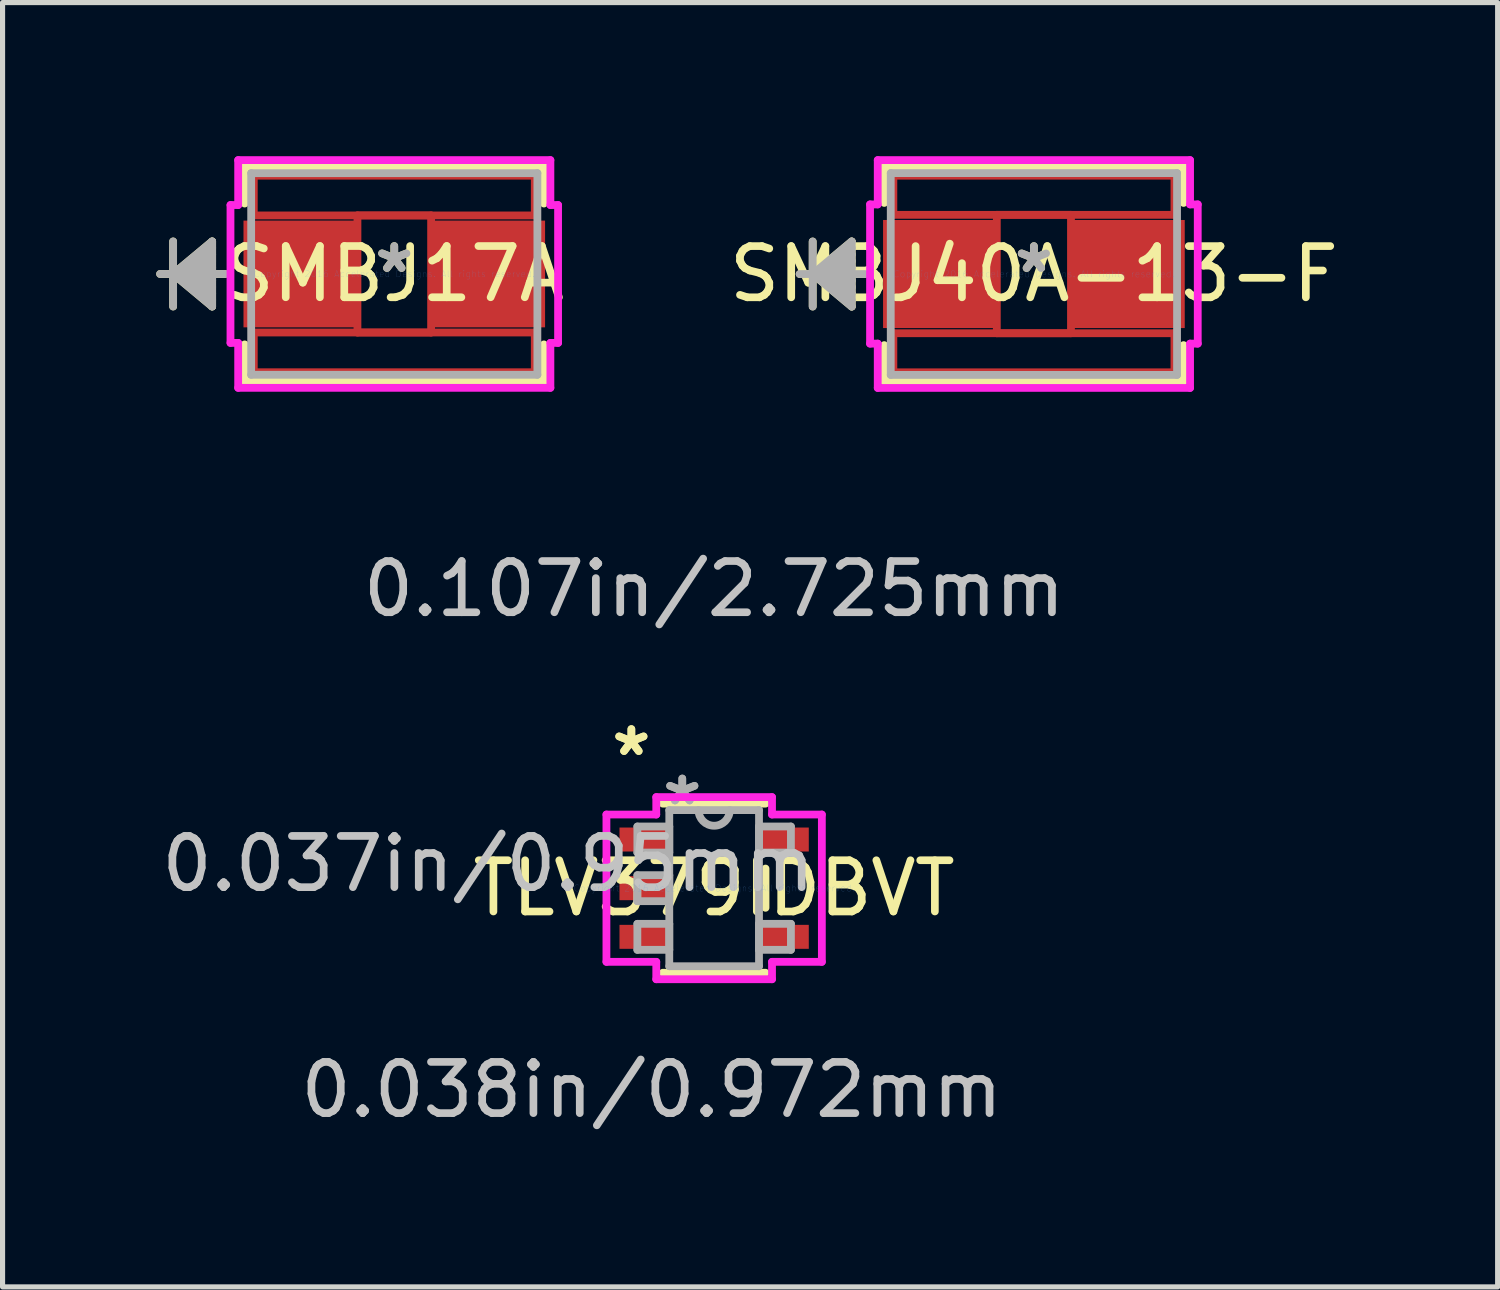
<source format=kicad_pcb>
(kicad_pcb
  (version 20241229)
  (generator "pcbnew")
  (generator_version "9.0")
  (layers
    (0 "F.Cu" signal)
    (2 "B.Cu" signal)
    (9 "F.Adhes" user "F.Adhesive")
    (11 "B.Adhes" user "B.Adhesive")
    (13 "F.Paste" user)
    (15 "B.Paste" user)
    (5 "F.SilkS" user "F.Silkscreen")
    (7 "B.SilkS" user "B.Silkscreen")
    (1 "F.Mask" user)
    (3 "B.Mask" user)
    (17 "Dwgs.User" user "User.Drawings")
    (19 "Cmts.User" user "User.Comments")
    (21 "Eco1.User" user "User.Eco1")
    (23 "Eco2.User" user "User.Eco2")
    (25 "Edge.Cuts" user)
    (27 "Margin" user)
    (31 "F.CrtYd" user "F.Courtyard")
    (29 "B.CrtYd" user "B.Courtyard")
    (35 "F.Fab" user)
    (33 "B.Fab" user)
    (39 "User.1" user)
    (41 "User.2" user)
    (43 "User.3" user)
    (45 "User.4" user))
  (footprint "TLV379IDBVT"
    (layer "F.Cu")
    (at 10.893 14.291)
    (property "Reference" "TLV379IDBVT" (at 0 0 0) (layer "F.SilkS") (effects (font (size 1 1) (thickness 0.15))))
    (attr through_hole)
    (fp_line (start -1.003 1.651) (end 1.003 1.651) (stroke (width 0.152) (type solid)) (layer "F.SilkS"))
    (fp_line (start 1.003 -1.651) (end -1.003 -1.651) (stroke (width 0.152) (type solid)) (layer "F.SilkS"))
    (fp_line (start 1.003 0.383) (end 1.003 -0.383) (stroke (width 0.152) (type solid)) (layer "F.SilkS"))
    (fp_line (start -2.103 -1.438) (end -1.13 -1.438) (stroke (width 0.152) (type solid)) (layer "F.CrtYd"))
    (fp_line (start -2.103 1.438) (end -2.103 -1.438) (stroke (width 0.152) (type solid)) (layer "F.CrtYd"))
    (fp_line (start -1.13 -1.778) (end 1.13 -1.778) (stroke (width 0.152) (type solid)) (layer "F.CrtYd"))
    (fp_line (start -1.13 -1.438) (end -1.13 -1.778) (stroke (width 0.152) (type solid)) (layer "F.CrtYd"))
    (fp_line (start -1.13 1.438) (end -2.103 1.438) (stroke (width 0.152) (type solid)) (layer "F.CrtYd"))
    (fp_line (start -1.13 1.778) (end -1.13 1.438) (stroke (width 0.152) (type solid)) (layer "F.CrtYd"))
    (fp_line (start 1.13 -1.778) (end 1.13 -1.438) (stroke (width 0.152) (type solid)) (layer "F.CrtYd"))
    (fp_line (start 1.13 -1.438) (end 2.103 -1.438) (stroke (width 0.152) (type solid)) (layer "F.CrtYd"))
    (fp_line (start 1.13 1.438) (end 1.13 1.778) (stroke (width 0.152) (type solid)) (layer "F.CrtYd"))
    (fp_line (start 1.13 1.778) (end -1.13 1.778) (stroke (width 0.152) (type solid)) (layer "F.CrtYd"))
    (fp_line (start 2.103 -1.438) (end 2.103 1.438) (stroke (width 0.152) (type solid)) (layer "F.CrtYd"))
    (fp_line (start 2.103 1.438) (end 1.13 1.438) (stroke (width 0.152) (type solid)) (layer "F.CrtYd"))
    (fp_line (start -1.499 -1.204) (end -1.499 -0.696) (stroke (width 0.152) (type solid)) (layer "F.Fab"))
    (fp_line (start -1.499 -0.696) (end -0.876 -0.696) (stroke (width 0.152) (type solid)) (layer "F.Fab"))
    (fp_line (start -1.499 -0.254) (end -1.499 0.254) (stroke (width 0.152) (type solid)) (layer "F.Fab"))
    (fp_line (start -1.499 0.254) (end -0.876 0.254) (stroke (width 0.152) (type solid)) (layer "F.Fab"))
    (fp_line (start -1.499 0.696) (end -1.499 1.204) (stroke (width 0.152) (type solid)) (layer "F.Fab"))
    (fp_line (start -1.499 1.204) (end -0.876 1.204) (stroke (width 0.152) (type solid)) (layer "F.Fab"))
    (fp_line (start -0.876 -1.524) (end -0.876 1.524) (stroke (width 0.152) (type solid)) (layer "F.Fab"))
    (fp_line (start -0.876 -1.204) (end -1.499 -1.204) (stroke (width 0.152) (type solid)) (layer "F.Fab"))
    (fp_line (start -0.876 -0.696) (end -0.876 -1.204) (stroke (width 0.152) (type solid)) (layer "F.Fab"))
    (fp_line (start -0.876 -0.254) (end -1.499 -0.254) (stroke (width 0.152) (type solid)) (layer "F.Fab"))
    (fp_line (start -0.876 0.254) (end -0.876 -0.254) (stroke (width 0.152) (type solid)) (layer "F.Fab"))
    (fp_line (start -0.876 0.696) (end -1.499 0.696) (stroke (width 0.152) (type solid)) (layer "F.Fab"))
    (fp_line (start -0.876 1.204) (end -0.876 0.696) (stroke (width 0.152) (type solid)) (layer "F.Fab"))
    (fp_line (start -0.876 1.524) (end 0.876 1.524) (stroke (width 0.152) (type solid)) (layer "F.Fab"))
    (fp_line (start 0.876 -1.524) (end -0.876 -1.524) (stroke (width 0.152) (type solid)) (layer "F.Fab"))
    (fp_line (start 0.876 -1.204) (end 0.876 -0.696) (stroke (width 0.152) (type solid)) (layer "F.Fab"))
    (fp_line (start 0.876 -0.696) (end 1.499 -0.696) (stroke (width 0.152) (type solid)) (layer "F.Fab"))
    (fp_line (start 0.876 0.696) (end 0.876 1.204) (stroke (width 0.152) (type solid)) (layer "F.Fab"))
    (fp_line (start 0.876 1.204) (end 1.499 1.204) (stroke (width 0.152) (type solid)) (layer "F.Fab"))
    (fp_line (start 0.876 1.524) (end 0.876 -1.524) (stroke (width 0.152) (type solid)) (layer "F.Fab"))
    (fp_line (start 1.499 -1.204) (end 0.876 -1.204) (stroke (width 0.152) (type solid)) (layer "F.Fab"))
    (fp_line (start 1.499 -0.696) (end 1.499 -1.204) (stroke (width 0.152) (type solid)) (layer "F.Fab"))
    (fp_line (start 1.499 0.696) (end 0.876 0.696) (stroke (width 0.152) (type solid)) (layer "F.Fab"))
    (fp_line (start 1.499 1.204) (end 1.499 0.696) (stroke (width 0.152) (type solid)) (layer "F.Fab"))
    (fp_arc (start 0.3048 -1.524) (mid 0 -1.2192) (end -0.3048 -1.524) (stroke (width 0.1524) (type solid)) (layer "F.Fab"))
    (fp_text user "*" (at -1.616 -2.561 0) (layer "F.SilkS") (effects (font (size 1 1) (thickness 0.15))))
    (fp_text user "*" (at -1.616 -2.561 0) (layer "F.SilkS") (effects (font (size 1 1) (thickness 0.15))))
    (fp_text user "0.037in/0.95mm" (at -4.41 -0.475 0) (layer "Dwgs.User") (effects (font (size 1 1) (thickness 0.15))))
    (fp_text user "0.107in/2.725mm" (at 0 -5.842 0) (layer "Dwgs.User") (effects (font (size 1 1) (thickness 0.15))))
    (fp_text user "0.038in/0.972mm" (at -1.219 3.937 0) (layer "Dwgs.User") (effects (font (size 1 1) (thickness 0.15))))
    (fp_text user "Copyright 2016 Accelerated Designs. All rights reserved." (at 0 0 0) (layer "Cmts.User") (effects (font (size 0.127 0.127) (thickness 0.002))))
    (fp_text user "*" (at -0.622 -1.596 0) (layer "F.Fab") (effects (font (size 1 1) (thickness 0.15))))
    (fp_text user "*" (at -0.622 -1.596 0) (layer "F.Fab") (effects (font (size 1 1) (thickness 0.15))))
    (pad "1" smd rect (at -1.362 -0.95) (size 0.972 0.468) (layers "F.Cu" "F.Mask" "F.Paste"))
    (pad "2" smd rect (at -1.362 0) (size 0.972 0.468) (layers "F.Cu" "F.Mask" "F.Paste"))
    (pad "3" smd rect (at -1.362 0.95) (size 0.972 0.468) (layers "F.Cu" "F.Mask" "F.Paste"))
    (pad "4" smd rect (at 1.362 0.95) (size 0.972 0.468) (layers "F.Cu" "F.Mask" "F.Paste"))
    (pad "5" smd rect (at 1.362 -0.95) (size 0.972 0.468) (layers "F.Cu" "F.Mask" "F.Paste")))
  (footprint "SMBJ40A-13-F"
    (layer "F.Cu")
    (at 17.136 2.3)
    (property "Reference" "SMBJ40A-13-F" (at 0 0 0) (layer "F.SilkS") (effects (font (size 1 1) (thickness 0.15))))
    (attr through_hole)
    (fp_line (start -2.744 -1.919) (end 2.744 -1.919) (stroke (width 0.152) (type solid)) (layer "F.Cu"))
    (fp_line (start -2.744 -1.156) (end -2.744 -1.919) (stroke (width 0.152) (type solid)) (layer "F.Cu"))
    (fp_line (start -2.744 1.156) (end 2.744 1.156) (stroke (width 0.152) (type solid)) (layer "F.Cu"))
    (fp_line (start -2.744 1.919) (end -2.744 1.156) (stroke (width 0.152) (type solid)) (layer "F.Cu"))
    (fp_line (start -0.724 -1.156) (end 0.724 -1.156) (stroke (width 0.152) (type solid)) (layer "F.Cu"))
    (fp_line (start -0.724 1.156) (end -0.724 -1.156) (stroke (width 0.152) (type solid)) (layer "F.Cu"))
    (fp_line (start 0.724 -1.156) (end 0.724 1.156) (stroke (width 0.152) (type solid)) (layer "F.Cu"))
    (fp_line (start 0.724 1.156) (end -0.724 1.156) (stroke (width 0.152) (type solid)) (layer "F.Cu"))
    (fp_line (start 2.744 -1.919) (end 2.744 -1.156) (stroke (width 0.152) (type solid)) (layer "F.Cu"))
    (fp_line (start 2.744 -1.156) (end -2.744 -1.156) (stroke (width 0.152) (type solid)) (layer "F.Cu"))
    (fp_line (start 2.744 1.156) (end 2.744 1.919) (stroke (width 0.152) (type solid)) (layer "F.Cu"))
    (fp_line (start 2.744 1.919) (end -2.744 1.919) (stroke (width 0.152) (type solid)) (layer "F.Cu"))
    (fp_line (start -4.319 -0.635) (end -4.319 0.635) (stroke (width 0.152) (type solid)) (layer "F.SilkS"))
    (fp_line (start -4.319 0) (end -3.557 -0.635) (stroke (width 0.152) (type solid)) (layer "F.SilkS"))
    (fp_line (start -4.319 0) (end -3.557 -0.508) (stroke (width 0.152) (type solid)) (layer "F.SilkS"))
    (fp_line (start -4.319 0) (end -3.557 -0.381) (stroke (width 0.152) (type solid)) (layer "F.SilkS"))
    (fp_line (start -4.319 0) (end -3.557 -0.254) (stroke (width 0.152) (type solid)) (layer "F.SilkS"))
    (fp_line (start -4.319 0) (end -3.557 -0.127) (stroke (width 0.152) (type solid)) (layer "F.SilkS"))
    (fp_line (start -4.319 0) (end -3.557 0.127) (stroke (width 0.152) (type solid)) (layer "F.SilkS"))
    (fp_line (start -4.319 0) (end -3.557 0.254) (stroke (width 0.152) (type solid)) (layer "F.SilkS"))
    (fp_line (start -4.319 0) (end -3.557 0.381) (stroke (width 0.152) (type solid)) (layer "F.SilkS"))
    (fp_line (start -4.319 0) (end -3.557 0.508) (stroke (width 0.152) (type solid)) (layer "F.SilkS"))
    (fp_line (start -4.319 0) (end -3.557 0.635) (stroke (width 0.152) (type solid)) (layer "F.SilkS"))
    (fp_line (start -3.557 -0.635) (end -3.557 0.635) (stroke (width 0.152) (type solid)) (layer "F.SilkS"))
    (fp_line (start -3.303 0) (end -4.573 0) (stroke (width 0.152) (type solid)) (layer "F.SilkS"))
    (fp_line (start -2.922 -2.097) (end -2.922 -1.388) (stroke (width 0.152) (type solid)) (layer "F.SilkS"))
    (fp_line (start -2.922 1.388) (end -2.922 2.097) (stroke (width 0.152) (type solid)) (layer "F.SilkS"))
    (fp_line (start -2.922 2.097) (end 2.922 2.097) (stroke (width 0.152) (type solid)) (layer "F.SilkS"))
    (fp_line (start 2.922 -2.097) (end -2.922 -2.097) (stroke (width 0.152) (type solid)) (layer "F.SilkS"))
    (fp_line (start 2.922 -1.388) (end 2.922 -2.097) (stroke (width 0.152) (type solid)) (layer "F.SilkS"))
    (fp_line (start 2.922 2.097) (end 2.922 1.388) (stroke (width 0.152) (type solid)) (layer "F.SilkS"))
    (fp_line (start -3.199 -1.359) (end -3.049 -1.359) (stroke (width 0.152) (type solid)) (layer "F.CrtYd"))
    (fp_line (start -3.199 1.359) (end -3.199 -1.359) (stroke (width 0.152) (type solid)) (layer "F.CrtYd"))
    (fp_line (start -3.049 -2.224) (end 3.049 -2.224) (stroke (width 0.152) (type solid)) (layer "F.CrtYd"))
    (fp_line (start -3.049 -1.359) (end -3.049 -2.224) (stroke (width 0.152) (type solid)) (layer "F.CrtYd"))
    (fp_line (start -3.049 1.359) (end -3.199 1.359) (stroke (width 0.152) (type solid)) (layer "F.CrtYd"))
    (fp_line (start -3.049 2.224) (end -3.049 1.359) (stroke (width 0.152) (type solid)) (layer "F.CrtYd"))
    (fp_line (start 3.049 -2.224) (end 3.049 -1.359) (stroke (width 0.152) (type solid)) (layer "F.CrtYd"))
    (fp_line (start 3.049 -1.359) (end 3.199 -1.359) (stroke (width 0.152) (type solid)) (layer "F.CrtYd"))
    (fp_line (start 3.049 1.359) (end 3.049 2.224) (stroke (width 0.152) (type solid)) (layer "F.CrtYd"))
    (fp_line (start 3.049 2.224) (end -3.049 2.224) (stroke (width 0.152) (type solid)) (layer "F.CrtYd"))
    (fp_line (start 3.199 -1.359) (end 3.199 1.359) (stroke (width 0.152) (type solid)) (layer "F.CrtYd"))
    (fp_line (start 3.199 1.359) (end 3.049 1.359) (stroke (width 0.152) (type solid)) (layer "F.CrtYd"))
    (fp_line (start -4.319 -0.635) (end -4.319 0.635) (stroke (width 0.152) (type solid)) (layer "F.Fab"))
    (fp_line (start -4.319 0) (end -3.557 -0.635) (stroke (width 0.152) (type solid)) (layer "F.Fab"))
    (fp_line (start -4.319 0) (end -3.557 -0.508) (stroke (width 0.152) (type solid)) (layer "F.Fab"))
    (fp_line (start -4.319 0) (end -3.557 -0.381) (stroke (width 0.152) (type solid)) (layer "F.Fab"))
    (fp_line (start -4.319 0) (end -3.557 -0.254) (stroke (width 0.152) (type solid)) (layer "F.Fab"))
    (fp_line (start -4.319 0) (end -3.557 -0.127) (stroke (width 0.152) (type solid)) (layer "F.Fab"))
    (fp_line (start -4.319 0) (end -3.557 0.127) (stroke (width 0.152) (type solid)) (layer "F.Fab"))
    (fp_line (start -4.319 0) (end -3.557 0.254) (stroke (width 0.152) (type solid)) (layer "F.Fab"))
    (fp_line (start -4.319 0) (end -3.557 0.381) (stroke (width 0.152) (type solid)) (layer "F.Fab"))
    (fp_line (start -4.319 0) (end -3.557 0.508) (stroke (width 0.152) (type solid)) (layer "F.Fab"))
    (fp_line (start -4.319 0) (end -3.557 0.635) (stroke (width 0.152) (type solid)) (layer "F.Fab"))
    (fp_line (start -3.557 -0.635) (end -3.557 0.635) (stroke (width 0.152) (type solid)) (layer "F.Fab"))
    (fp_line (start -3.303 0) (end -4.573 0) (stroke (width 0.152) (type solid)) (layer "F.Fab"))
    (fp_line (start -2.795 -1.97) (end -2.795 1.97) (stroke (width 0.152) (type solid)) (layer "F.Fab"))
    (fp_line (start -2.795 1.97) (end 2.795 1.97) (stroke (width 0.152) (type solid)) (layer "F.Fab"))
    (fp_line (start 2.795 -1.97) (end -2.795 -1.97) (stroke (width 0.152) (type solid)) (layer "F.Fab"))
    (fp_line (start 2.795 1.97) (end 2.795 -1.97) (stroke (width 0.152) (type solid)) (layer "F.Fab"))
    (fp_text user "*" (at 0 0 0) (layer "F.SilkS") (effects (font (size 1 1) (thickness 0.15))))
    (fp_text user "Copyright 2016 Accelerated Designs. All rights reserved." (at 0 0 0) (layer "Cmts.User") (effects (font (size 0.127 0.127) (thickness 0.002))))
    (fp_text user "*" (at 0 0 0) (layer "F.Fab") (effects (font (size 1 1) (thickness 0.15))))
    (pad "1" smd rect (at -1.86 0 90) (size 2.11 2.17) (layers "F.Cu" "F.Mask" "F.Paste"))
    (pad "2" smd rect (at 1.86 0 90) (size 2.11 2.17) (layers "F.Cu" "F.Mask" "F.Paste")))
  (footprint "SMBJ17A"
    (layer "F.Cu")
    (at 4.648 2.299)
    (property "Reference" "SMBJ17A" (at 0 0 0) (layer "F.SilkS") (effects (font (size 1 1) (thickness 0.15))))
    (attr through_hole)
    (fp_line (start -2.743 -1.918) (end 2.743 -1.918) (stroke (width 0.152) (type solid)) (layer "F.Cu"))
    (fp_line (start -2.743 -1.143) (end -2.743 -1.918) (stroke (width 0.152) (type solid)) (layer "F.Cu"))
    (fp_line (start -2.743 1.143) (end 2.743 1.143) (stroke (width 0.152) (type solid)) (layer "F.Cu"))
    (fp_line (start -2.743 1.918) (end -2.743 1.143) (stroke (width 0.152) (type solid)) (layer "F.Cu"))
    (fp_line (start -0.719 -1.143) (end 0.719 -1.143) (stroke (width 0.152) (type solid)) (layer "F.Cu"))
    (fp_line (start -0.719 1.143) (end -0.719 -1.143) (stroke (width 0.152) (type solid)) (layer "F.Cu"))
    (fp_line (start 0.719 -1.143) (end 0.719 1.143) (stroke (width 0.152) (type solid)) (layer "F.Cu"))
    (fp_line (start 0.719 1.143) (end -0.719 1.143) (stroke (width 0.152) (type solid)) (layer "F.Cu"))
    (fp_line (start 2.743 -1.918) (end 2.743 -1.143) (stroke (width 0.152) (type solid)) (layer "F.Cu"))
    (fp_line (start 2.743 -1.143) (end -2.743 -1.143) (stroke (width 0.152) (type solid)) (layer "F.Cu"))
    (fp_line (start 2.743 1.143) (end 2.743 1.918) (stroke (width 0.152) (type solid)) (layer "F.Cu"))
    (fp_line (start 2.743 1.918) (end -2.743 1.918) (stroke (width 0.152) (type solid)) (layer "F.Cu"))
    (fp_line (start -4.318 -0.635) (end -4.318 0.635) (stroke (width 0.152) (type solid)) (layer "F.SilkS"))
    (fp_line (start -4.318 0) (end -3.556 -0.635) (stroke (width 0.152) (type solid)) (layer "F.SilkS"))
    (fp_line (start -4.318 0) (end -3.556 -0.508) (stroke (width 0.152) (type solid)) (layer "F.SilkS"))
    (fp_line (start -4.318 0) (end -3.556 -0.381) (stroke (width 0.152) (type solid)) (layer "F.SilkS"))
    (fp_line (start -4.318 0) (end -3.556 -0.254) (stroke (width 0.152) (type solid)) (layer "F.SilkS"))
    (fp_line (start -4.318 0) (end -3.556 -0.127) (stroke (width 0.152) (type solid)) (layer "F.SilkS"))
    (fp_line (start -4.318 0) (end -3.556 0.127) (stroke (width 0.152) (type solid)) (layer "F.SilkS"))
    (fp_line (start -4.318 0) (end -3.556 0.254) (stroke (width 0.152) (type solid)) (layer "F.SilkS"))
    (fp_line (start -4.318 0) (end -3.556 0.381) (stroke (width 0.152) (type solid)) (layer "F.SilkS"))
    (fp_line (start -4.318 0) (end -3.556 0.508) (stroke (width 0.152) (type solid)) (layer "F.SilkS"))
    (fp_line (start -4.318 0) (end -3.556 0.635) (stroke (width 0.152) (type solid)) (layer "F.SilkS"))
    (fp_line (start -3.556 -0.635) (end -3.556 0.635) (stroke (width 0.152) (type solid)) (layer "F.SilkS"))
    (fp_line (start -3.302 0) (end -4.572 0) (stroke (width 0.152) (type solid)) (layer "F.SilkS"))
    (fp_line (start -2.921 -2.095) (end -2.921 -1.375) (stroke (width 0.152) (type solid)) (layer "F.SilkS"))
    (fp_line (start -2.921 1.375) (end -2.921 2.095) (stroke (width 0.152) (type solid)) (layer "F.SilkS"))
    (fp_line (start -2.921 2.095) (end 2.921 2.095) (stroke (width 0.152) (type solid)) (layer "F.SilkS"))
    (fp_line (start 2.921 -2.095) (end -2.921 -2.095) (stroke (width 0.152) (type solid)) (layer "F.SilkS"))
    (fp_line (start 2.921 -1.375) (end 2.921 -2.095) (stroke (width 0.152) (type solid)) (layer "F.SilkS"))
    (fp_line (start 2.921 2.095) (end 2.921 1.375) (stroke (width 0.152) (type solid)) (layer "F.SilkS"))
    (fp_line (start -3.198 -1.346) (end -3.048 -1.346) (stroke (width 0.152) (type solid)) (layer "F.CrtYd"))
    (fp_line (start -3.198 1.346) (end -3.198 -1.346) (stroke (width 0.152) (type solid)) (layer "F.CrtYd"))
    (fp_line (start -3.048 -2.223) (end 3.048 -2.223) (stroke (width 0.152) (type solid)) (layer "F.CrtYd"))
    (fp_line (start -3.048 -1.346) (end -3.048 -2.223) (stroke (width 0.152) (type solid)) (layer "F.CrtYd"))
    (fp_line (start -3.048 1.346) (end -3.198 1.346) (stroke (width 0.152) (type solid)) (layer "F.CrtYd"))
    (fp_line (start -3.048 2.223) (end -3.048 1.346) (stroke (width 0.152) (type solid)) (layer "F.CrtYd"))
    (fp_line (start 3.048 -2.223) (end 3.048 -1.346) (stroke (width 0.152) (type solid)) (layer "F.CrtYd"))
    (fp_line (start 3.048 -1.346) (end 3.198 -1.346) (stroke (width 0.152) (type solid)) (layer "F.CrtYd"))
    (fp_line (start 3.048 1.346) (end 3.048 2.223) (stroke (width 0.152) (type solid)) (layer "F.CrtYd"))
    (fp_line (start 3.048 2.223) (end -3.048 2.223) (stroke (width 0.152) (type solid)) (layer "F.CrtYd"))
    (fp_line (start 3.198 -1.346) (end 3.198 1.346) (stroke (width 0.152) (type solid)) (layer "F.CrtYd"))
    (fp_line (start 3.198 1.346) (end 3.048 1.346) (stroke (width 0.152) (type solid)) (layer "F.CrtYd"))
    (fp_line (start -4.318 -0.635) (end -4.318 0.635) (stroke (width 0.152) (type solid)) (layer "F.Fab"))
    (fp_line (start -4.318 0) (end -3.556 -0.635) (stroke (width 0.152) (type solid)) (layer "F.Fab"))
    (fp_line (start -4.318 0) (end -3.556 -0.508) (stroke (width 0.152) (type solid)) (layer "F.Fab"))
    (fp_line (start -4.318 0) (end -3.556 -0.381) (stroke (width 0.152) (type solid)) (layer "F.Fab"))
    (fp_line (start -4.318 0) (end -3.556 -0.254) (stroke (width 0.152) (type solid)) (layer "F.Fab"))
    (fp_line (start -4.318 0) (end -3.556 -0.127) (stroke (width 0.152) (type solid)) (layer "F.Fab"))
    (fp_line (start -4.318 0) (end -3.556 0.127) (stroke (width 0.152) (type solid)) (layer "F.Fab"))
    (fp_line (start -4.318 0) (end -3.556 0.254) (stroke (width 0.152) (type solid)) (layer "F.Fab"))
    (fp_line (start -4.318 0) (end -3.556 0.381) (stroke (width 0.152) (type solid)) (layer "F.Fab"))
    (fp_line (start -4.318 0) (end -3.556 0.508) (stroke (width 0.152) (type solid)) (layer "F.Fab"))
    (fp_line (start -4.318 0) (end -3.556 0.635) (stroke (width 0.152) (type solid)) (layer "F.Fab"))
    (fp_line (start -3.556 -0.635) (end -3.556 0.635) (stroke (width 0.152) (type solid)) (layer "F.Fab"))
    (fp_line (start -3.302 0) (end -4.572 0) (stroke (width 0.152) (type solid)) (layer "F.Fab"))
    (fp_line (start -2.794 -1.968) (end -2.794 1.968) (stroke (width 0.152) (type solid)) (layer "F.Fab"))
    (fp_line (start -2.794 1.968) (end 2.794 1.968) (stroke (width 0.152) (type solid)) (layer "F.Fab"))
    (fp_line (start 2.794 -1.968) (end -2.794 -1.968) (stroke (width 0.152) (type solid)) (layer "F.Fab"))
    (fp_line (start 2.794 1.968) (end 2.794 -1.968) (stroke (width 0.152) (type solid)) (layer "F.Fab"))
    (fp_text user "*" (at 0 0 0) (layer "F.SilkS") (effects (font (size 1 1) (thickness 0.15))))
    (fp_text user "Copyright 2016 Accelerated Designs. All rights reserved." (at 0 0 0) (layer "Cmts.User") (effects (font (size 0.127 0.127) (thickness 0.002))))
    (fp_text user "*" (at 0 0 0) (layer "F.Fab") (effects (font (size 1 1) (thickness 0.15))))
    (pad "1" smd rect (at -1.857 0 90) (size 2.084 2.174) (layers "F.Cu" "F.Mask" "F.Paste"))
    (pad "2" smd rect (at 1.857 0 90) (size 2.084 2.174) (layers "F.Cu" "F.Mask" "F.Paste")))
  (gr_rect
    (start -3 -3)
    (end 26.19 22.076)
    (stroke (width 0.1) (type default))
    (fill no)
    (layer "Edge.Cuts")))
</source>
